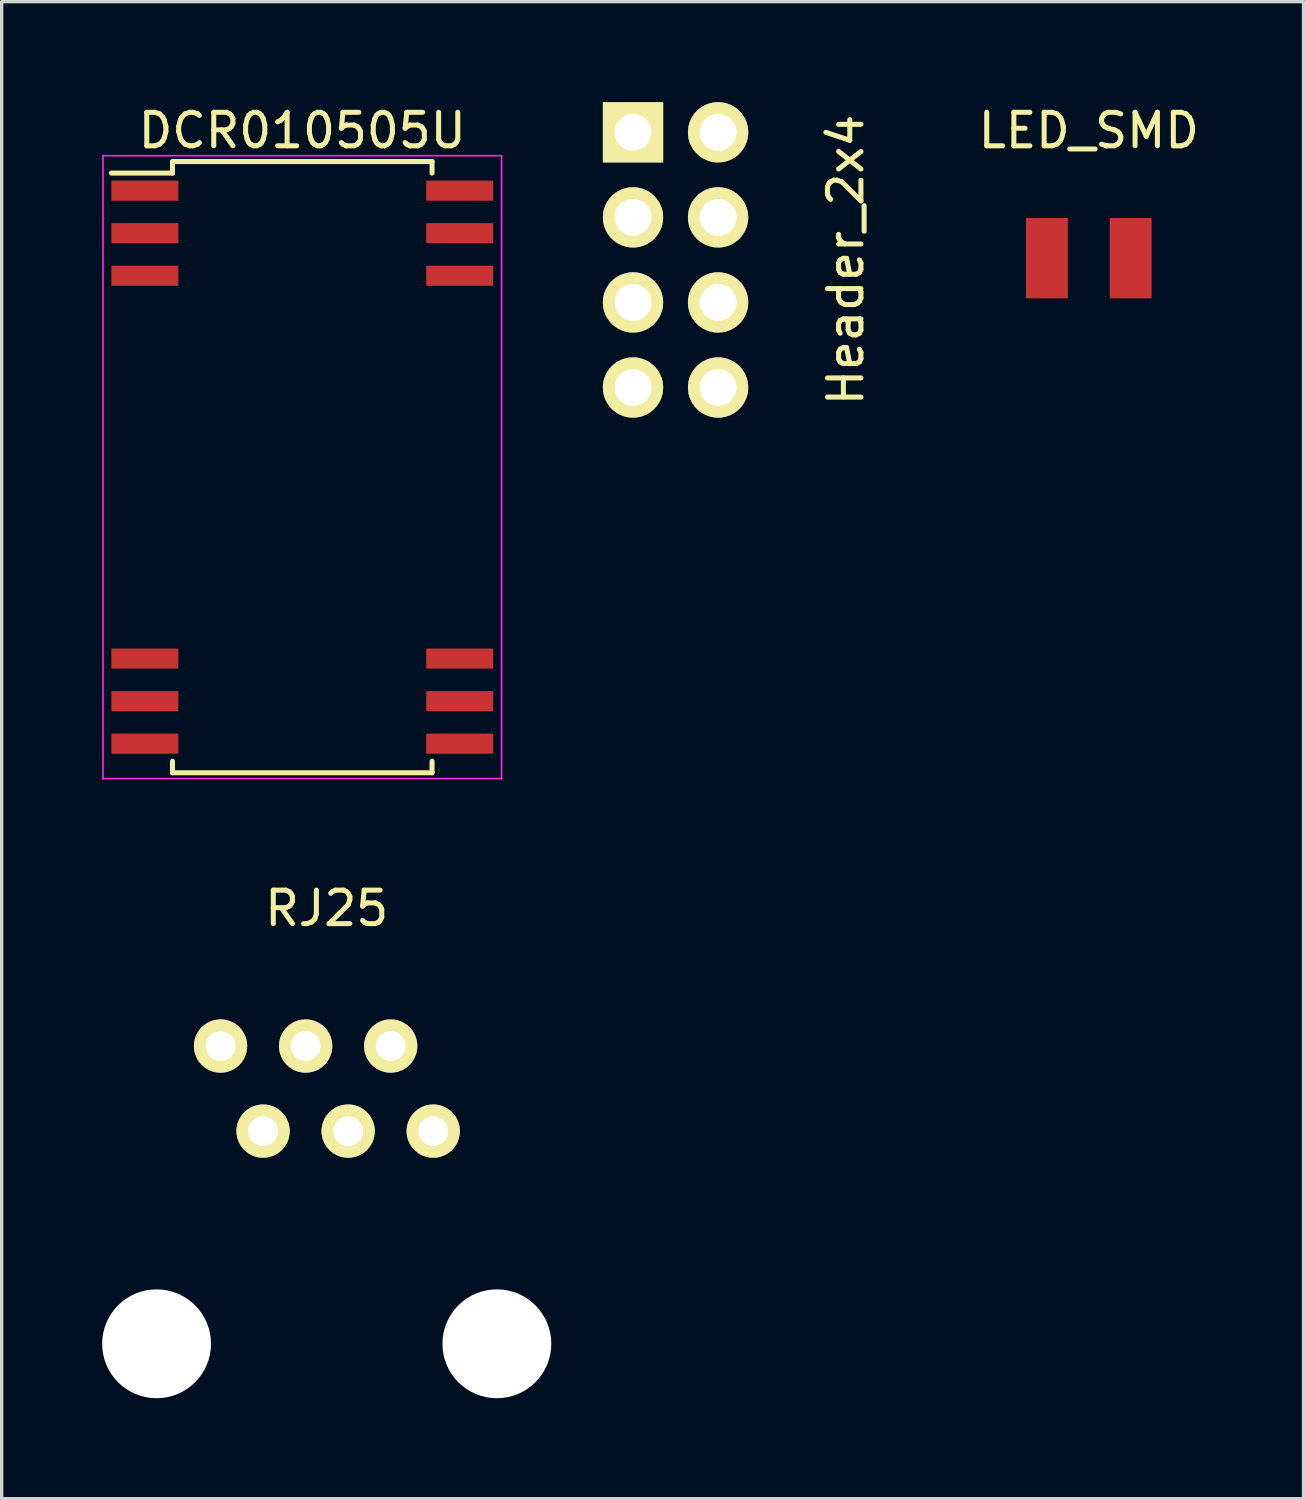
<source format=kicad_pcb>
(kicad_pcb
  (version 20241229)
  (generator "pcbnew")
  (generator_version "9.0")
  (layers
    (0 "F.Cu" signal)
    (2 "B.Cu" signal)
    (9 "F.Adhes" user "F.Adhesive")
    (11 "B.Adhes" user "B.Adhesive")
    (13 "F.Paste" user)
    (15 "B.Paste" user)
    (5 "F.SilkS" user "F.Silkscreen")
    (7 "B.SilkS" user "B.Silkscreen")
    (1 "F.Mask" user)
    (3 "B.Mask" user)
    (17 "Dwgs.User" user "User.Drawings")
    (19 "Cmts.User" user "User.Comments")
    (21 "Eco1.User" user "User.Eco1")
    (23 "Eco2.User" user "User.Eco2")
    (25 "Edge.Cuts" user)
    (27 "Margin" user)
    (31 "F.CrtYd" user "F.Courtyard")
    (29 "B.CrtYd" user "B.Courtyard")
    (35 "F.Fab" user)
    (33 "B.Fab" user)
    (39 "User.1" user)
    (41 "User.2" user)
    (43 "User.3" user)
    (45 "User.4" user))
  (footprint "RJ25"
    (layer "F.Cu")
    (at 6.705 37.072)
    (property "Reference" "RJ25" (at 0 -13 0) (layer "F.SilkS") (effects (font (size 1 1) (thickness 0.15))))
    (attr through_hole)
    (pad "" np_thru_hole circle (at -5.08 0) (size 3.25 3.25) (drill 3.25) (layers "*.Cu" "*.Mask"))
    (pad "" np_thru_hole circle (at 5.08 0) (size 3.25 3.25) (drill 3.25) (layers "*.Cu" "*.Mask"))
    (pad "1" thru_hole circle (at -3.17 -8.89) (size 1.59 1.59) (drill 0.89) (layers "*.Cu" "*.Mask" "F.SilkS"))
    (pad "2" thru_hole circle (at -1.9 -6.35) (size 1.59 1.59) (drill 0.89) (layers "*.Cu" "*.Mask" "F.SilkS"))
    (pad "3" thru_hole circle (at -0.63 -8.89) (size 1.59 1.59) (drill 0.89) (layers "*.Cu" "*.Mask" "F.SilkS"))
    (pad "4" thru_hole circle (at 0.64 -6.35) (size 1.59 1.59) (drill 0.89) (layers "*.Cu" "*.Mask" "F.SilkS"))
    (pad "5" thru_hole circle (at 1.91 -8.89) (size 1.59 1.59) (drill 0.89) (layers "*.Cu" "*.Mask" "F.SilkS"))
    (pad "6" thru_hole circle (at 3.18 -6.35) (size 1.59 1.59) (drill 0.89) (layers "*.Cu" "*.Mask" "F.SilkS")))
  (footprint "DCR010505U"
    (layer "F.Cu")
    (at 5.975 10.898)
    (property "Reference" "DCR010505U" (at 0 -10.05 0) (layer "F.SilkS") (effects (font (size 1 1) (thickness 0.15))))
    (attr through_hole)
    (fp_line (start -3.875 -9.125) (end -3.875 -8.78) (stroke (width 0.15) (type solid)) (layer "F.SilkS"))
    (fp_line (start -3.875 -9.125) (end 3.875 -9.125) (stroke (width 0.15) (type solid)) (layer "F.SilkS"))
    (fp_line (start -3.875 -8.78) (end -5.7 -8.78) (stroke (width 0.15) (type solid)) (layer "F.SilkS"))
    (fp_line (start -3.875 9.125) (end -3.875 8.78) (stroke (width 0.15) (type solid)) (layer "F.SilkS"))
    (fp_line (start -3.875 9.125) (end 3.875 9.125) (stroke (width 0.15) (type solid)) (layer "F.SilkS"))
    (fp_line (start 3.875 -9.125) (end 3.875 -8.78) (stroke (width 0.15) (type solid)) (layer "F.SilkS"))
    (fp_line (start 3.875 9.125) (end 3.875 8.78) (stroke (width 0.15) (type solid)) (layer "F.SilkS"))
    (fp_line (start -5.95 -9.3) (end -5.95 9.3) (stroke (width 0.05) (type solid)) (layer "F.CrtYd"))
    (fp_line (start -5.95 -9.3) (end 5.95 -9.3) (stroke (width 0.05) (type solid)) (layer "F.CrtYd"))
    (fp_line (start -5.95 9.3) (end 5.95 9.3) (stroke (width 0.05) (type solid)) (layer "F.CrtYd"))
    (fp_line (start 5.95 -9.3) (end 5.95 9.3) (stroke (width 0.05) (type solid)) (layer "F.CrtYd"))
    (pad "1" smd rect (at -4.7 -8.255) (size 2 0.6) (layers "F.Cu" "F.Mask" "F.Paste"))
    (pad "2" smd rect (at -4.7 -6.985) (size 2 0.6) (layers "F.Cu" "F.Mask" "F.Paste"))
    (pad "3" smd rect (at -4.7 -5.715) (size 2 0.6) (layers "F.Cu" "F.Mask" "F.Paste"))
    (pad "12" smd rect (at -4.7 5.715) (size 2 0.6) (layers "F.Cu" "F.Mask" "F.Paste"))
    (pad "13" smd rect (at -4.7 6.985) (size 2 0.6) (layers "F.Cu" "F.Mask" "F.Paste"))
    (pad "14" smd rect (at -4.7 8.255) (size 2 0.6) (layers "F.Cu" "F.Mask" "F.Paste"))
    (pad "15" smd rect (at 4.7 8.255) (size 2 0.6) (layers "F.Cu" "F.Mask" "F.Paste"))
    (pad "16" smd rect (at 4.7 6.985) (size 2 0.6) (layers "F.Cu" "F.Mask" "F.Paste"))
    (pad "17" smd rect (at 4.7 5.715) (size 2 0.6) (layers "F.Cu" "F.Mask" "F.Paste"))
    (pad "26" smd rect (at 4.7 -5.715) (size 2 0.6) (layers "F.Cu" "F.Mask" "F.Paste"))
    (pad "27" smd rect (at 4.7 -6.985) (size 2 0.6) (layers "F.Cu" "F.Mask" "F.Paste"))
    (pad "28" smd rect (at 4.7 -8.255) (size 2 0.6) (layers "F.Cu" "F.Mask" "F.Paste")))
  (footprint "Header_2x4"
    (layer "F.Cu")
    (at 17.12 4.71)
    (property "Reference" "Header_2x4" (at 5.08 0 90) (layer "F.SilkS") (effects (font (size 1 1) (thickness 0.15))))
    (attr through_hole)
    (pad "1" thru_hole rect (at -1.27 -3.81) (size 1.8 1.8) (drill 1.1) (layers "*.Cu" "*.Mask" "F.SilkS"))
    (pad "2" thru_hole oval (at 1.27 -3.81) (size 1.8 1.8) (drill 1.1) (layers "*.Cu" "*.Mask" "F.SilkS"))
    (pad "3" thru_hole oval (at -1.27 -1.27) (size 1.8 1.8) (drill 1.1) (layers "*.Cu" "*.Mask" "F.SilkS"))
    (pad "4" thru_hole oval (at 1.27 -1.27) (size 1.8 1.8) (drill 1.1) (layers "*.Cu" "*.Mask" "F.SilkS"))
    (pad "5" thru_hole oval (at -1.27 1.27) (size 1.8 1.8) (drill 1.1) (layers "*.Cu" "*.Mask" "F.SilkS"))
    (pad "6" thru_hole oval (at 1.27 1.27) (size 1.8 1.8) (drill 1.1) (layers "*.Cu" "*.Mask" "F.SilkS"))
    (pad "7" thru_hole oval (at -1.27 3.81) (size 1.8 1.8) (drill 1.1) (layers "*.Cu" "*.Mask" "F.SilkS"))
    (pad "8" thru_hole oval (at 1.27 3.81) (size 1.8 1.8) (drill 1.1) (layers "*.Cu" "*.Mask" "F.SilkS")))
  (footprint "LED_SMD"
    (layer "F.Cu")
    (at 29.459 4.658)
    (property "Reference" "LED_SMD" (at 0 -3.81 0) (layer "F.SilkS") (effects (font (size 1 1) (thickness 0.15))))
    (attr through_hole)
    (pad "1" smd rect (at 1.25 0) (size 1.25 2.4) (layers "F.Cu" "F.Mask" "F.Paste"))
    (pad "2" smd rect (at -1.25 0) (size 1.25 2.4) (layers "F.Cu" "F.Mask" "F.Paste")))
  (gr_rect
    (start -3 -3)
    (end 35.87 41.697)
    (stroke (width 0.1) (type default))
    (fill no)
    (layer "Edge.Cuts")))
</source>
